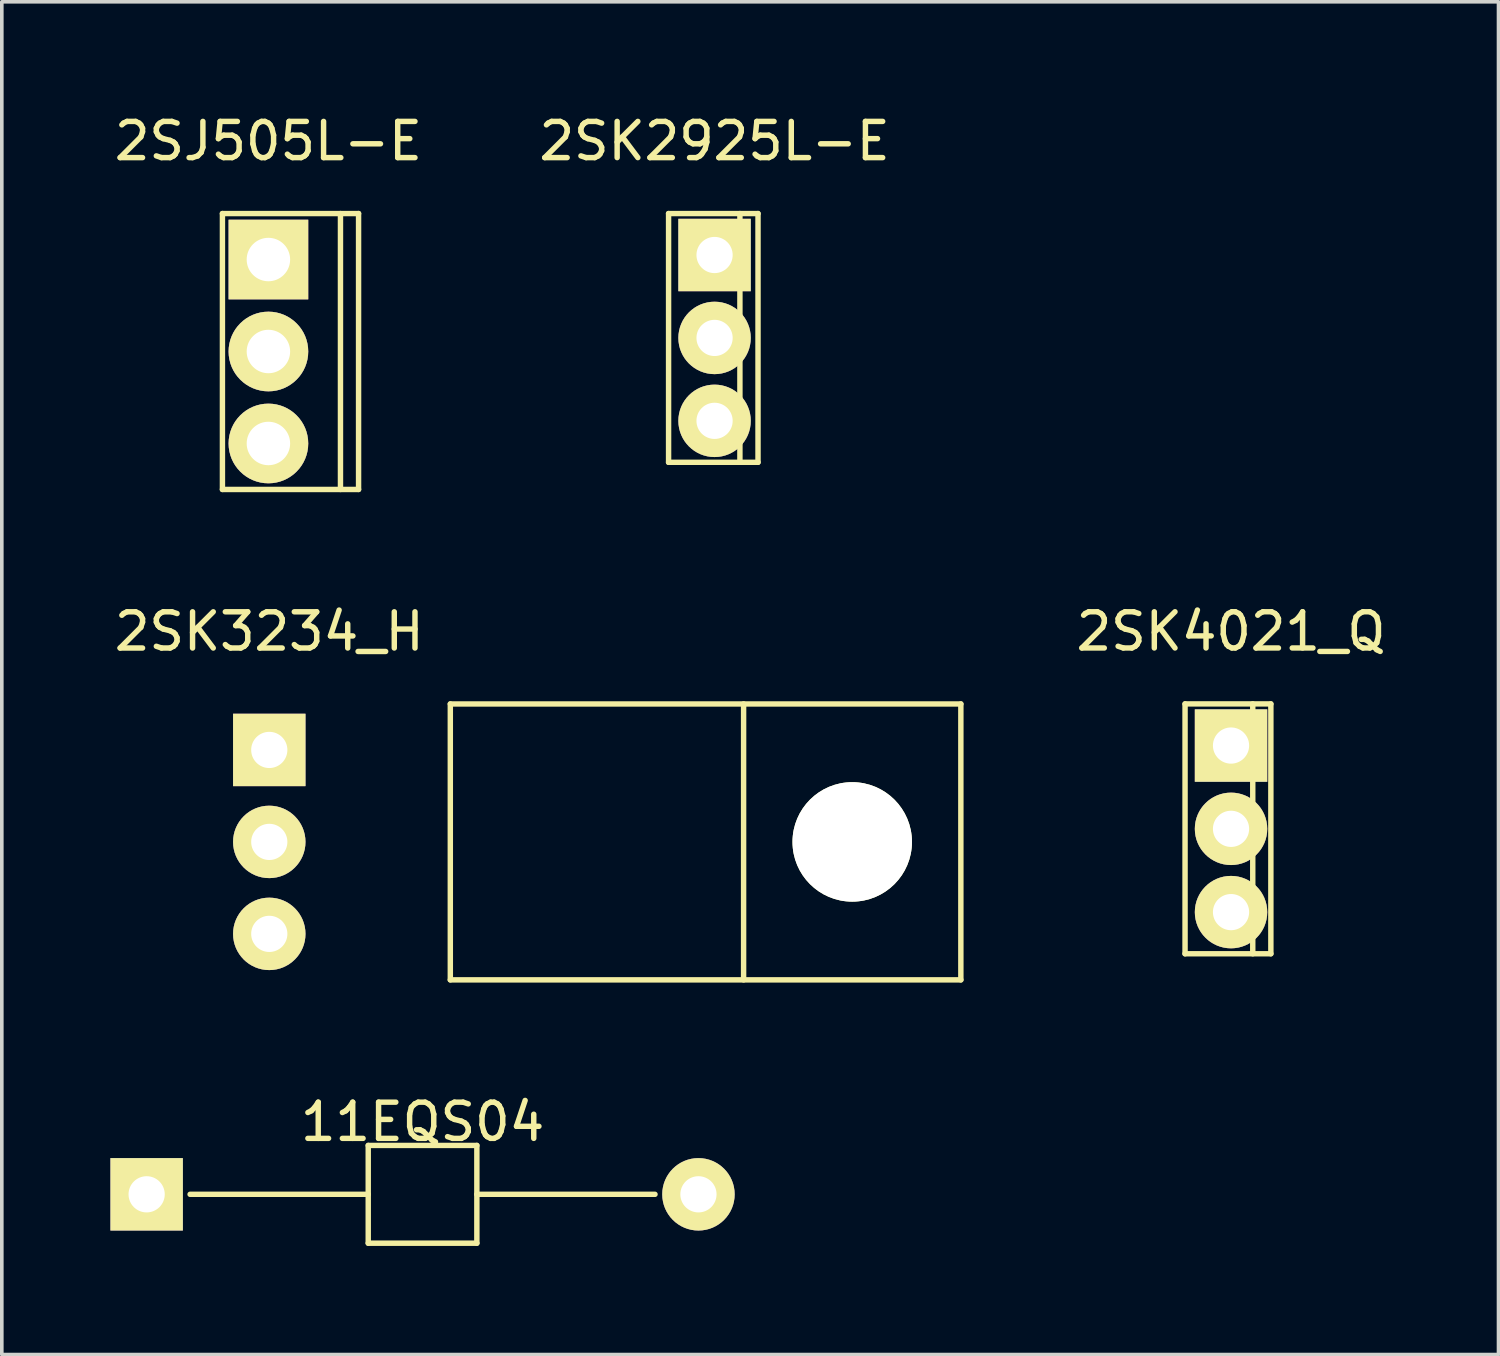
<source format=kicad_pcb>
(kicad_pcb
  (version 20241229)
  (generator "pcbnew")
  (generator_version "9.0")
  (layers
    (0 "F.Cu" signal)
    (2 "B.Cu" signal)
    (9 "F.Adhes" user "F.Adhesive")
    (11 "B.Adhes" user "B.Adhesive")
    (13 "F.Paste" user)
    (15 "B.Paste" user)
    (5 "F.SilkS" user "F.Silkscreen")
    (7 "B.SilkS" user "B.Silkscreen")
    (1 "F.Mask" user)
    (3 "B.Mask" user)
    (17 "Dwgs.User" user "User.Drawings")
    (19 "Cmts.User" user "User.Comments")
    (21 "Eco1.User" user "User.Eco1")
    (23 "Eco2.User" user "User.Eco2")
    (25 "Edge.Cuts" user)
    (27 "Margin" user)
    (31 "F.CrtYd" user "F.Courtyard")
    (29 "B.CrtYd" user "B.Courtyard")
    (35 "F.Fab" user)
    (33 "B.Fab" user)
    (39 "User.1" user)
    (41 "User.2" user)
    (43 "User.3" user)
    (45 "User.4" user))
  (footprint "2SJ505L-E"
    (layer "F.Cu")
    (at 4.363 4.118)
    (property "Reference" "2SJ505L-E" (at 0 -3.27 0) (layer "F.SilkS") (effects (font (size 1 1) (thickness 0.15))))
    (attr through_hole)
    (fp_line (start -1.27 -1.27) (end -1.27 6.35) (stroke (width 0.15) (type solid)) (layer "F.SilkS"))
    (fp_line (start -1.27 -1.27) (end 2.49 -1.27) (stroke (width 0.15) (type solid)) (layer "F.SilkS"))
    (fp_line (start -1.27 6.35) (end 2.49 6.35) (stroke (width 0.15) (type solid)) (layer "F.SilkS"))
    (fp_line (start 1.99 -1.27) (end 1.99 6.35) (stroke (width 0.15) (type solid)) (layer "F.SilkS"))
    (fp_line (start 2.49 -1.27) (end 2.49 6.35) (stroke (width 0.15) (type solid)) (layer "F.SilkS"))
    (pad "1" thru_hole rect (at 0 0) (size 2.2 2.2) (drill 1.2) (layers "*.Cu" "*.Mask" "F.SilkS"))
    (pad "2" thru_hole circle (at 0 2.54) (size 2.2 2.2) (drill 1.2) (layers "*.Cu" "*.Mask" "F.SilkS"))
    (pad "3" thru_hole circle (at 0 5.08) (size 2.2 2.2) (drill 1.2) (layers "*.Cu" "*.Mask" "F.SilkS")))
  (footprint "11EQS04"
    (layer "F.Cu")
    (at 1 29.935)
    (property "Reference" "11EQS04" (at 7.62 -2 0) (layer "F.SilkS") (effects (font (size 1 1) (thickness 0.15))))
    (attr through_hole)
    (fp_line (start 1.2 0) (end 6.12 0) (stroke (width 0.15) (type solid)) (layer "F.SilkS"))
    (fp_line (start 6.12 -1.35) (end 6.12 1.35) (stroke (width 0.15) (type solid)) (layer "F.SilkS"))
    (fp_line (start 6.12 -1.35) (end 9.12 -1.35) (stroke (width 0.15) (type solid)) (layer "F.SilkS"))
    (fp_line (start 6.12 1.35) (end 9.12 1.35) (stroke (width 0.15) (type solid)) (layer "F.SilkS"))
    (fp_line (start 9.12 0) (end 14.04 0) (stroke (width 0.15) (type solid)) (layer "F.SilkS"))
    (fp_line (start 9.12 1.35) (end 9.12 -1.35) (stroke (width 0.15) (type solid)) (layer "F.SilkS"))
    (pad "1" thru_hole rect (at 0 0) (size 2 2) (drill 1) (layers "*.Cu" "*.Mask" "F.SilkS"))
    (pad "2" thru_hole circle (at 15.24 0) (size 2 2) (drill 1) (layers "*.Cu" "*.Mask" "F.SilkS")))
  (footprint "2SK3234_H"
    (layer "F.Cu")
    (at 4.387 17.662)
    (property "Reference" "2SK3234_H" (at 0 -3.27 0) (layer "F.SilkS") (effects (font (size 1 1) (thickness 0.15))))
    (attr through_hole)
    (fp_line (start 5 -1.27) (end 5 6.35) (stroke (width 0.15) (type solid)) (layer "F.SilkS"))
    (fp_line (start 5 -1.27) (end 19.1 -1.27) (stroke (width 0.15) (type solid)) (layer "F.SilkS"))
    (fp_line (start 5 6.35) (end 19.1 6.35) (stroke (width 0.15) (type solid)) (layer "F.SilkS"))
    (fp_line (start 13.1 -1.27) (end 13.1 6.35) (stroke (width 0.15) (type solid)) (layer "F.SilkS"))
    (fp_line (start 19.1 -1.27) (end 19.1 6.35) (stroke (width 0.15) (type solid)) (layer "F.SilkS"))
    (pad "" np_thru_hole circle (at 16.1 2.54) (size 3.3 3.3) (drill 3.3) (layers "*.Cu" "*.Mask" "F.SilkS"))
    (pad "1" thru_hole rect (at 0 0) (size 2 2) (drill 1) (layers "*.Cu" "*.Mask" "F.SilkS"))
    (pad "2" thru_hole circle (at 0 2.54) (size 2 2) (drill 1) (layers "*.Cu" "*.Mask" "F.SilkS"))
    (pad "3" thru_hole circle (at 0 5.08) (size 2 2) (drill 1) (layers "*.Cu" "*.Mask" "F.SilkS")))
  (footprint "2SK2925L-E"
    (layer "F.Cu")
    (at 16.685 3.993)
    (property "Reference" "2SK2925L-E" (at 0 -3.145 0) (layer "F.SilkS") (effects (font (size 1 1) (thickness 0.15))))
    (attr through_hole)
    (fp_line (start -1.27 -1.145) (end -1.27 5.725) (stroke (width 0.15) (type solid)) (layer "F.SilkS"))
    (fp_line (start -1.27 -1.145) (end 1.2 -1.145) (stroke (width 0.15) (type solid)) (layer "F.SilkS"))
    (fp_line (start -1.27 5.725) (end 1.2 5.725) (stroke (width 0.15) (type solid)) (layer "F.SilkS"))
    (fp_line (start 0.7 -1.145) (end 0.7 5.725) (stroke (width 0.15) (type solid)) (layer "F.SilkS"))
    (fp_line (start 1.2 -1.145) (end 1.2 5.725) (stroke (width 0.15) (type solid)) (layer "F.SilkS"))
    (pad "1" thru_hole rect (at 0 0) (size 2 2) (drill 1) (layers "*.Cu" "*.Mask" "F.SilkS"))
    (pad "2" thru_hole circle (at 0 2.29) (size 2 2) (drill 1) (layers "*.Cu" "*.Mask" "F.SilkS"))
    (pad "3" thru_hole circle (at 0 4.58) (size 2 2) (drill 1) (layers "*.Cu" "*.Mask" "F.SilkS")))
  (footprint "2SK4021_Q"
    (layer "F.Cu")
    (at 30.949 17.541)
    (property "Reference" "2SK4021_Q" (at 0 -3.15 0) (layer "F.SilkS") (effects (font (size 1 1) (thickness 0.15))))
    (attr through_hole)
    (fp_line (start -1.27 -1.15) (end -1.27 5.75) (stroke (width 0.15) (type solid)) (layer "F.SilkS"))
    (fp_line (start -1.27 -1.15) (end 1.1 -1.15) (stroke (width 0.15) (type solid)) (layer "F.SilkS"))
    (fp_line (start -1.27 5.75) (end 1.1 5.75) (stroke (width 0.15) (type solid)) (layer "F.SilkS"))
    (fp_line (start 0.6 -1.15) (end 0.6 5.75) (stroke (width 0.15) (type solid)) (layer "F.SilkS"))
    (fp_line (start 1.1 -1.15) (end 1.1 5.75) (stroke (width 0.15) (type solid)) (layer "F.SilkS"))
    (pad "1" thru_hole rect (at 0 0) (size 2 2) (drill 1) (layers "*.Cu" "*.Mask" "F.SilkS"))
    (pad "2" thru_hole circle (at 0 2.3) (size 2 2) (drill 1) (layers "*.Cu" "*.Mask" "F.SilkS"))
    (pad "3" thru_hole circle (at 0 4.6) (size 2 2) (drill 1) (layers "*.Cu" "*.Mask" "F.SilkS")))
  (gr_rect
    (start -3 -3)
    (end 38.336 34.36)
    (stroke (width 0.1) (type default))
    (fill no)
    (layer "Edge.Cuts")))
</source>
